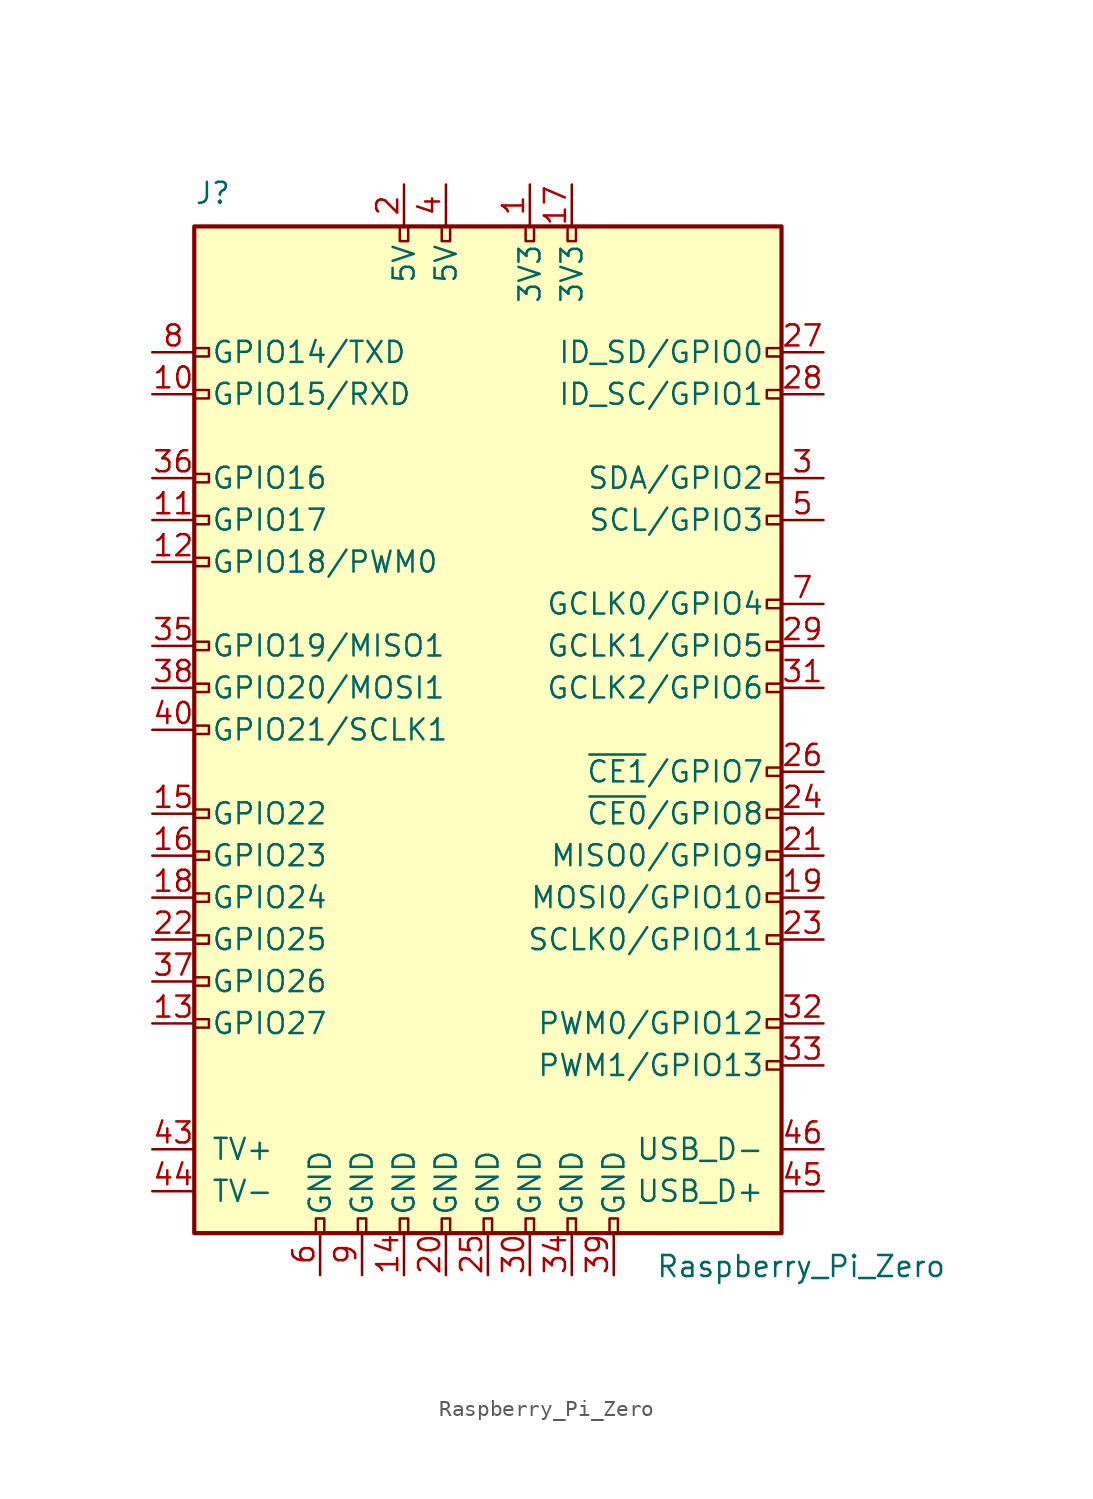
<source format=kicad_sym>
(kicad_symbol_lib
  (version 20220914)
  (generator kicad_symbol_editor)
  (symbol "Raspberry_Pi_Zero"
    (pin_names
      (offset 1.016))
    (property "Reference" "J"
      (at -17.78 31.75 0)
      (effects (font (size 1.27 1.27)) (justify left bottom)))
    (property "Value" "Raspberry_Pi_Zero"
      (at 10.16 -31.75 0)
      (effects (font (size 1.27 1.27)) (justify left top)))
    (symbol "Raspberry_Pi_Zero_0_1"
      (rectangle (start -17.78 30.48) (end 17.78 -30.48) (stroke (width 0.254) (type default)) (fill (type background))))
    (symbol "Raspberry_Pi_Zero_1_1"
      (rectangle (start -16.891 -17.526) (end -17.78 -18.034) (stroke (width 0) (type default)) (fill (type none)))
      (rectangle (start -16.891 -14.986) (end -17.78 -15.494) (stroke (width 0) (type default)) (fill (type none)))
      (rectangle (start -16.891 -12.446) (end -17.78 -12.954) (stroke (width 0) (type default)) (fill (type none)))
      (rectangle (start -16.891 -9.906) (end -17.78 -10.414) (stroke (width 0) (type default)) (fill (type none)))
      (rectangle (start -16.891 -7.366) (end -17.78 -7.874) (stroke (width 0) (type default)) (fill (type none)))
      (rectangle (start -16.891 -4.826) (end -17.78 -5.334) (stroke (width 0) (type default)) (fill (type none)))
      (rectangle (start -16.891 0.254) (end -17.78 -0.254) (stroke (width 0) (type default)) (fill (type none)))
      (rectangle (start -16.891 2.794) (end -17.78 2.286) (stroke (width 0) (type default)) (fill (type none)))
      (rectangle (start -16.891 5.334) (end -17.78 4.826) (stroke (width 0) (type default)) (fill (type none)))
      (rectangle (start -16.891 10.414) (end -17.78 9.906) (stroke (width 0) (type default)) (fill (type none)))
      (rectangle (start -16.891 12.954) (end -17.78 12.446) (stroke (width 0) (type default)) (fill (type none)))
      (rectangle (start -16.891 15.494) (end -17.78 14.986) (stroke (width 0) (type default)) (fill (type none)))
      (rectangle (start -16.891 20.574) (end -17.78 20.066) (stroke (width 0) (type default)) (fill (type none)))
      (rectangle (start -16.891 23.114) (end -17.78 22.606) (stroke (width 0) (type default)) (fill (type none)))
      (rectangle (start -10.414 -29.591) (end -9.906 -30.48) (stroke (width 0) (type default)) (fill (type none)))
      (rectangle (start -7.874 -29.591) (end -7.366 -30.48) (stroke (width 0) (type default)) (fill (type none)))
      (rectangle (start -5.334 -29.591) (end -4.826 -30.48) (stroke (width 0) (type default)) (fill (type none)))
      (rectangle (start -5.334 30.48) (end -4.826 29.591) (stroke (width 0) (type default)) (fill (type none)))
      (rectangle (start -2.794 -29.591) (end -2.286 -30.48) (stroke (width 0) (type default)) (fill (type none)))
      (rectangle (start -2.794 30.48) (end -2.286 29.591) (stroke (width 0) (type default)) (fill (type none)))
      (rectangle (start -0.254 -29.591) (end 0.254 -30.48) (stroke (width 0) (type default)) (fill (type none)))
      (rectangle (start 2.286 -29.591) (end 2.794 -30.48) (stroke (width 0) (type default)) (fill (type none)))
      (rectangle (start 2.286 30.48) (end 2.794 29.591) (stroke (width 0) (type default)) (fill (type none)))
      (rectangle (start 4.826 -29.591) (end 5.334 -30.48) (stroke (width 0) (type default)) (fill (type none)))
      (rectangle (start 4.826 30.48) (end 5.334 29.591) (stroke (width 0) (type default)) (fill (type none)))
      (rectangle (start 7.366 -29.591) (end 7.874 -30.48) (stroke (width 0) (type default)) (fill (type none)))
      (rectangle (start 17.78 -20.066) (end 16.891 -20.574) (stroke (width 0) (type default)) (fill (type none)))
      (rectangle (start 17.78 -17.526) (end 16.891 -18.034) (stroke (width 0) (type default)) (fill (type none)))
      (rectangle (start 17.78 -12.446) (end 16.891 -12.954) (stroke (width 0) (type default)) (fill (type none)))
      (rectangle (start 17.78 -9.906) (end 16.891 -10.414) (stroke (width 0) (type default)) (fill (type none)))
      (rectangle (start 17.78 -7.366) (end 16.891 -7.874) (stroke (width 0) (type default)) (fill (type none)))
      (rectangle (start 17.78 -4.826) (end 16.891 -5.334) (stroke (width 0) (type default)) (fill (type none)))
      (rectangle (start 17.78 -2.286) (end 16.891 -2.794) (stroke (width 0) (type default)) (fill (type none)))
      (rectangle (start 17.78 2.794) (end 16.891 2.286) (stroke (width 0) (type default)) (fill (type none)))
      (rectangle (start 17.78 5.334) (end 16.891 4.826) (stroke (width 0) (type default)) (fill (type none)))
      (rectangle (start 17.78 7.874) (end 16.891 7.366) (stroke (width 0) (type default)) (fill (type none)))
      (rectangle (start 17.78 12.954) (end 16.891 12.446) (stroke (width 0) (type default)) (fill (type none)))
      (rectangle (start 17.78 15.494) (end 16.891 14.986) (stroke (width 0) (type default)) (fill (type none)))
      (rectangle (start 17.78 20.574) (end 16.891 20.066) (stroke (width 0) (type default)) (fill (type none)))
      (rectangle (start 17.78 23.114) (end 16.891 22.606) (stroke (width 0) (type default)) (fill (type none)))
      (pin power_in line (at 2.54 33.02 270) (length 2.54) (name "3V3" (effects (font (size 1.27 1.27)))) (number "1" (effects (font (size 1.27 1.27)))))
      (pin bidirectional line (at -20.32 20.32 0) (length 2.54) (name "GPIO15/RXD" (effects (font (size 1.27 1.27)))) (number "10" (effects (font (size 1.27 1.27)))))
      (pin bidirectional line (at -20.32 12.7 0) (length 2.54) (name "GPIO17" (effects (font (size 1.27 1.27)))) (number "11" (effects (font (size 1.27 1.27)))))
      (pin bidirectional line (at -20.32 10.16 0) (length 2.54) (name "GPIO18/PWM0" (effects (font (size 1.27 1.27)))) (number "12" (effects (font (size 1.27 1.27)))))
      (pin bidirectional line (at -20.32 -17.78 0) (length 2.54) (name "GPIO27" (effects (font (size 1.27 1.27)))) (number "13" (effects (font (size 1.27 1.27)))))
      (pin power_in line (at -5.08 -33.02 90) (length 2.54) (name "GND" (effects (font (size 1.27 1.27)))) (number "14" (effects (font (size 1.27 1.27)))))
      (pin bidirectional line (at -20.32 -5.08 0) (length 2.54) (name "GPIO22" (effects (font (size 1.27 1.27)))) (number "15" (effects (font (size 1.27 1.27)))))
      (pin bidirectional line (at -20.32 -7.62 0) (length 2.54) (name "GPIO23" (effects (font (size 1.27 1.27)))) (number "16" (effects (font (size 1.27 1.27)))))
      (pin power_in line (at 5.08 33.02 270) (length 2.54) (name "3V3" (effects (font (size 1.27 1.27)))) (number "17" (effects (font (size 1.27 1.27)))))
      (pin bidirectional line (at -20.32 -10.16 0) (length 2.54) (name "GPIO24" (effects (font (size 1.27 1.27)))) (number "18" (effects (font (size 1.27 1.27)))))
      (pin bidirectional line (at 20.32 -10.16 180) (length 2.54) (name "MOSI0/GPIO10" (effects (font (size 1.27 1.27)))) (number "19" (effects (font (size 1.27 1.27)))))
      (pin power_in line (at -5.08 33.02 270) (length 2.54) (name "5V" (effects (font (size 1.27 1.27)))) (number "2" (effects (font (size 1.27 1.27)))))
      (pin power_in line (at -2.54 -33.02 90) (length 2.54) (name "GND" (effects (font (size 1.27 1.27)))) (number "20" (effects (font (size 1.27 1.27)))))
      (pin bidirectional line (at 20.32 -7.62 180) (length 2.54) (name "MISO0/GPIO9" (effects (font (size 1.27 1.27)))) (number "21" (effects (font (size 1.27 1.27)))))
      (pin bidirectional line (at -20.32 -12.7 0) (length 2.54) (name "GPIO25" (effects (font (size 1.27 1.27)))) (number "22" (effects (font (size 1.27 1.27)))))
      (pin bidirectional line (at 20.32 -12.7 180) (length 2.54) (name "SCLK0/GPIO11" (effects (font (size 1.27 1.27)))) (number "23" (effects (font (size 1.27 1.27)))))
      (pin bidirectional line (at 20.32 -5.08 180) (length 2.54) (name "~{CE0}/GPIO8" (effects (font (size 1.27 1.27)))) (number "24" (effects (font (size 1.27 1.27)))))
      (pin power_in line (at 0 -33.02 90) (length 2.54) (name "GND" (effects (font (size 1.27 1.27)))) (number "25" (effects (font (size 1.27 1.27)))))
      (pin bidirectional line (at 20.32 -2.54 180) (length 2.54) (name "~{CE1}/GPIO7" (effects (font (size 1.27 1.27)))) (number "26" (effects (font (size 1.27 1.27)))))
      (pin bidirectional line (at 20.32 22.86 180) (length 2.54) (name "ID_SD/GPIO0" (effects (font (size 1.27 1.27)))) (number "27" (effects (font (size 1.27 1.27)))))
      (pin bidirectional line (at 20.32 20.32 180) (length 2.54) (name "ID_SC/GPIO1" (effects (font (size 1.27 1.27)))) (number "28" (effects (font (size 1.27 1.27)))))
      (pin bidirectional line (at 20.32 5.08 180) (length 2.54) (name "GCLK1/GPIO5" (effects (font (size 1.27 1.27)))) (number "29" (effects (font (size 1.27 1.27)))))
      (pin bidirectional line (at 20.32 15.24 180) (length 2.54) (name "SDA/GPIO2" (effects (font (size 1.27 1.27)))) (number "3" (effects (font (size 1.27 1.27)))))
      (pin power_in line (at 2.54 -33.02 90) (length 2.54) (name "GND" (effects (font (size 1.27 1.27)))) (number "30" (effects (font (size 1.27 1.27)))))
      (pin bidirectional line (at 20.32 2.54 180) (length 2.54) (name "GCLK2/GPIO6" (effects (font (size 1.27 1.27)))) (number "31" (effects (font (size 1.27 1.27)))))
      (pin bidirectional line (at 20.32 -17.78 180) (length 2.54) (name "PWM0/GPIO12" (effects (font (size 1.27 1.27)))) (number "32" (effects (font (size 1.27 1.27)))))
      (pin bidirectional line (at 20.32 -20.32 180) (length 2.54) (name "PWM1/GPIO13" (effects (font (size 1.27 1.27)))) (number "33" (effects (font (size 1.27 1.27)))))
      (pin power_in line (at 5.08 -33.02 90) (length 2.54) (name "GND" (effects (font (size 1.27 1.27)))) (number "34" (effects (font (size 1.27 1.27)))))
      (pin bidirectional line (at -20.32 5.08 0) (length 2.54) (name "GPIO19/MISO1" (effects (font (size 1.27 1.27)))) (number "35" (effects (font (size 1.27 1.27)))))
      (pin bidirectional line (at -20.32 15.24 0) (length 2.54) (name "GPIO16" (effects (font (size 1.27 1.27)))) (number "36" (effects (font (size 1.27 1.27)))))
      (pin bidirectional line (at -20.32 -15.24 0) (length 2.54) (name "GPIO26" (effects (font (size 1.27 1.27)))) (number "37" (effects (font (size 1.27 1.27)))))
      (pin bidirectional line (at -20.32 2.54 0) (length 2.54) (name "GPIO20/MOSI1" (effects (font (size 1.27 1.27)))) (number "38" (effects (font (size 1.27 1.27)))))
      (pin power_in line (at 7.62 -33.02 90) (length 2.54) (name "GND" (effects (font (size 1.27 1.27)))) (number "39" (effects (font (size 1.27 1.27)))))
      (pin power_in line (at -2.54 33.02 270) (length 2.54) (name "5V" (effects (font (size 1.27 1.27)))) (number "4" (effects (font (size 1.27 1.27)))))
      (pin bidirectional line (at -20.32 0 0) (length 2.54) (name "GPIO21/SCLK1" (effects (font (size 1.27 1.27)))) (number "40" (effects (font (size 1.27 1.27)))))
      (pin output line (at -20.32 -25.4 0) (length 2.54) (name "TV+" (effects (font (size 1.27 1.27)))) (number "43" (effects (font (size 1.27 1.27)))))
      (pin output line (at -20.32 -27.94 0) (length 2.54) (name "TV-" (effects (font (size 1.27 1.27)))) (number "44" (effects (font (size 1.27 1.27)))))
      (pin bidirectional line (at 20.32 -27.94 180) (length 2.54) (name "USB_D+" (effects (font (size 1.27 1.27)))) (number "45" (effects (font (size 1.27 1.27)))))
      (pin bidirectional line (at 20.32 -25.4 180) (length 2.54) (name "USB_D-" (effects (font (size 1.27 1.27)))) (number "46" (effects (font (size 1.27 1.27)))))
      (pin bidirectional line (at 20.32 12.7 180) (length 2.54) (name "SCL/GPIO3" (effects (font (size 1.27 1.27)))) (number "5" (effects (font (size 1.27 1.27)))))
      (pin power_in line (at -10.16 -33.02 90) (length 2.54) (name "GND" (effects (font (size 1.27 1.27)))) (number "6" (effects (font (size 1.27 1.27)))))
      (pin bidirectional line (at 20.32 7.62 180) (length 2.54) (name "GCLK0/GPIO4" (effects (font (size 1.27 1.27)))) (number "7" (effects (font (size 1.27 1.27)))))
      (pin bidirectional line (at -20.32 22.86 0) (length 2.54) (name "GPIO14/TXD" (effects (font (size 1.27 1.27)))) (number "8" (effects (font (size 1.27 1.27)))))
      (pin power_in line (at -7.62 -33.02 90) (length 2.54) (name "GND" (effects (font (size 1.27 1.27)))) (number "9" (effects (font (size 1.27 1.27))))))))
</source>
